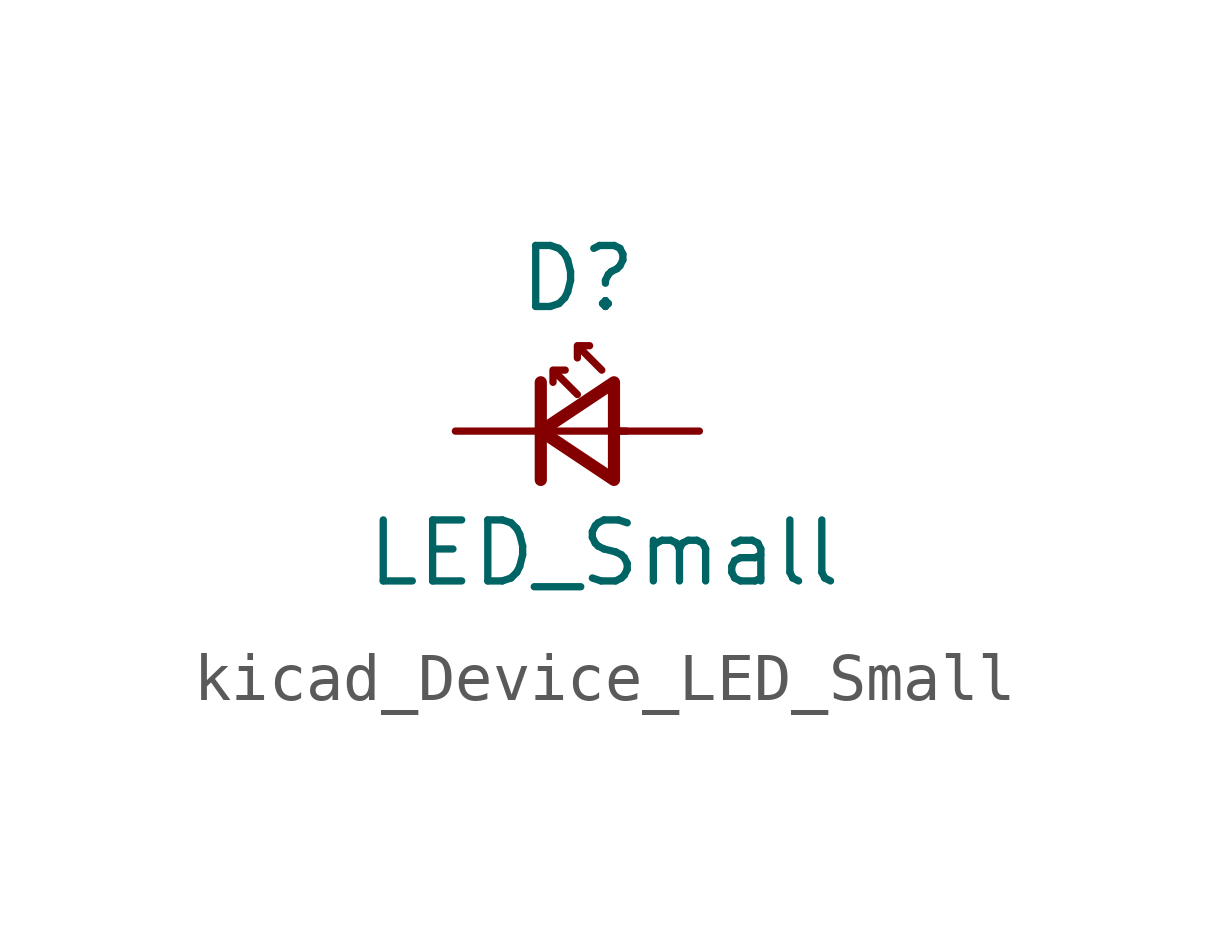
<source format=kicad_sym>
(kicad_symbol_lib
  (version 20220914)
  (generator kicad_symbol_editor)
  (symbol "kicad_Device_LED_Small"
    (pin_numbers hide)
    (pin_names
      (offset 0.254) hide)
    (property "Reference" "D"
      (at -1.27 3.175 0)
      (effects (font (size 1.27 1.27)) (justify left)))
    (property "Value" "LED_Small"
      (at -4.445 -2.54 0)
      (effects (font (size 1.27 1.27)) (justify left)))
    (symbol "kicad_Device_LED_Small_0_1"
      (polyline (pts (xy -0.762 -1.016) (xy -0.762 1.016)) (stroke (width 0.254) (type default)) (fill (type none)))
      (polyline (pts (xy 1.016 0) (xy -0.762 0)) (stroke (width 0) (type default)) (fill (type none)))
      (polyline (pts (xy 0.762 -1.016) (xy -0.762 0) (xy 0.762 1.016) (xy 0.762 -1.016)) (stroke (width 0.254) (type default)) (fill (type none)))
      (polyline (pts (xy 0 0.762) (xy -0.508 1.27) (xy -0.254 1.27) (xy -0.508 1.27) (xy -0.508 1.016)) (stroke (width 0) (type default)) (fill (type none)))
      (polyline (pts (xy 0.508 1.27) (xy 0 1.778) (xy 0.254 1.778) (xy 0 1.778) (xy 0 1.524)) (stroke (width 0) (type default)) (fill (type none))))
    (symbol "kicad_Device_LED_Small_1_1"
      (pin passive line (at -2.54 0 0) (length 1.778) (name "K" (effects (font (size 1.27 1.27)))) (number "1" (effects (font (size 1.27 1.27)))))
      (pin passive line (at 2.54 0 180) (length 1.778) (name "A" (effects (font (size 1.27 1.27)))) (number "2" (effects (font (size 1.27 1.27))))))))
</source>
